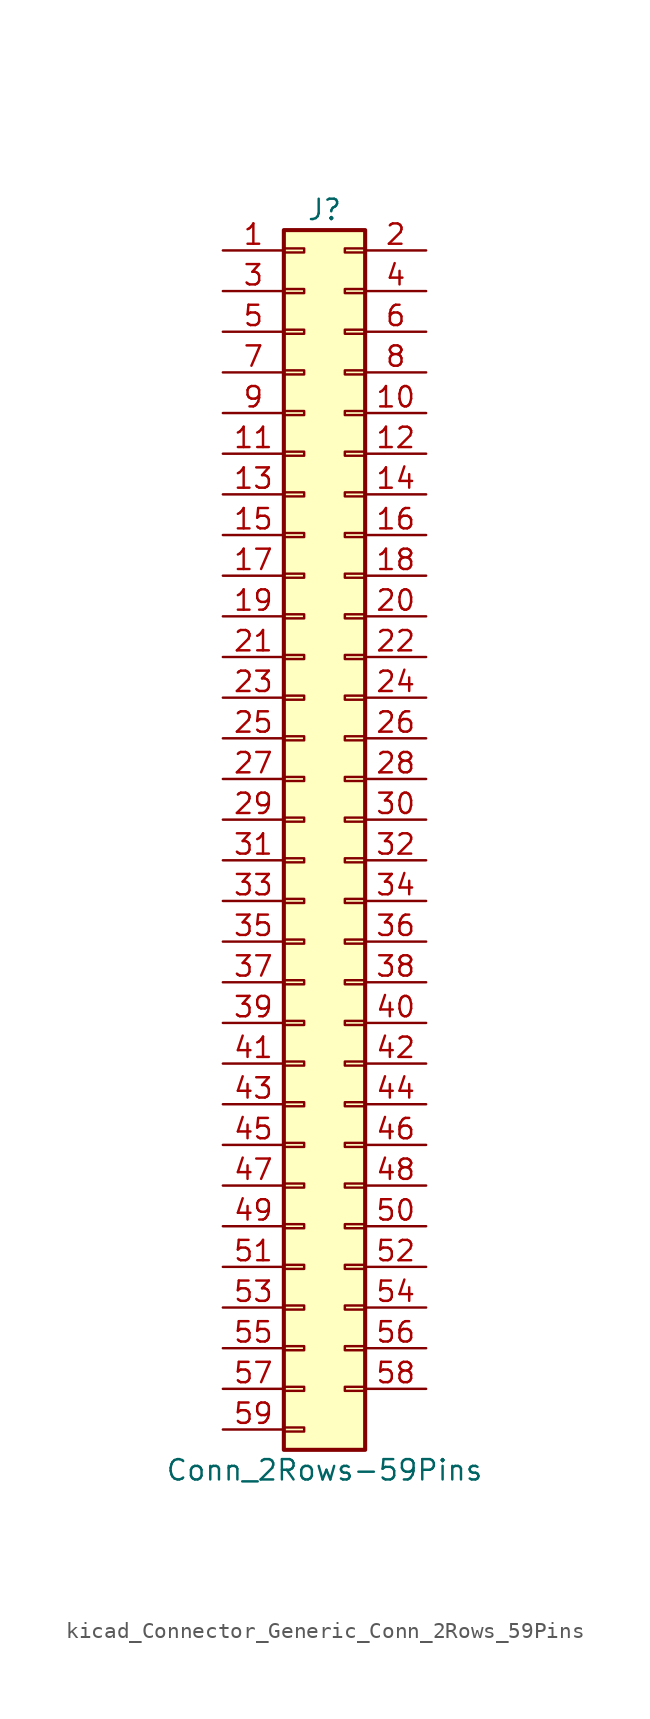
<source format=kicad_sym>
(kicad_symbol_lib
  (version 20220914)
  (generator kicad_symbol_editor)
  (symbol "kicad_Connector_Generic_Conn_2Rows_59Pins"
    (pin_names
      (offset 1.016) hide)
    (property "Reference" "J"
      (at 1.27 38.1 0)
      (effects (font (size 1.27 1.27))))
    (property "Value" "Conn_2Rows-59Pins"
      (at 1.27 -40.64 0)
      (effects (font (size 1.27 1.27))))
    (symbol "kicad_Connector_Generic_Conn_2Rows_59Pins_1_1"
      (rectangle (start -1.27 -37.973) (end 0 -38.227) (stroke (width 0.152) (type default)) (fill (type none)))
      (rectangle (start -1.27 -35.433) (end 0 -35.687) (stroke (width 0.152) (type default)) (fill (type none)))
      (rectangle (start -1.27 -32.893) (end 0 -33.147) (stroke (width 0.152) (type default)) (fill (type none)))
      (rectangle (start -1.27 -30.353) (end 0 -30.607) (stroke (width 0.152) (type default)) (fill (type none)))
      (rectangle (start -1.27 -27.813) (end 0 -28.067) (stroke (width 0.152) (type default)) (fill (type none)))
      (rectangle (start -1.27 -25.273) (end 0 -25.527) (stroke (width 0.152) (type default)) (fill (type none)))
      (rectangle (start -1.27 -22.733) (end 0 -22.987) (stroke (width 0.152) (type default)) (fill (type none)))
      (rectangle (start -1.27 -20.193) (end 0 -20.447) (stroke (width 0.152) (type default)) (fill (type none)))
      (rectangle (start -1.27 -17.653) (end 0 -17.907) (stroke (width 0.152) (type default)) (fill (type none)))
      (rectangle (start -1.27 -15.113) (end 0 -15.367) (stroke (width 0.152) (type default)) (fill (type none)))
      (rectangle (start -1.27 -12.573) (end 0 -12.827) (stroke (width 0.152) (type default)) (fill (type none)))
      (rectangle (start -1.27 -10.033) (end 0 -10.287) (stroke (width 0.152) (type default)) (fill (type none)))
      (rectangle (start -1.27 -7.493) (end 0 -7.747) (stroke (width 0.152) (type default)) (fill (type none)))
      (rectangle (start -1.27 -4.953) (end 0 -5.207) (stroke (width 0.152) (type default)) (fill (type none)))
      (rectangle (start -1.27 -2.413) (end 0 -2.667) (stroke (width 0.152) (type default)) (fill (type none)))
      (rectangle (start -1.27 0.127) (end 0 -0.127) (stroke (width 0.152) (type default)) (fill (type none)))
      (rectangle (start -1.27 2.667) (end 0 2.413) (stroke (width 0.152) (type default)) (fill (type none)))
      (rectangle (start -1.27 5.207) (end 0 4.953) (stroke (width 0.152) (type default)) (fill (type none)))
      (rectangle (start -1.27 7.747) (end 0 7.493) (stroke (width 0.152) (type default)) (fill (type none)))
      (rectangle (start -1.27 10.287) (end 0 10.033) (stroke (width 0.152) (type default)) (fill (type none)))
      (rectangle (start -1.27 12.827) (end 0 12.573) (stroke (width 0.152) (type default)) (fill (type none)))
      (rectangle (start -1.27 15.367) (end 0 15.113) (stroke (width 0.152) (type default)) (fill (type none)))
      (rectangle (start -1.27 17.907) (end 0 17.653) (stroke (width 0.152) (type default)) (fill (type none)))
      (rectangle (start -1.27 20.447) (end 0 20.193) (stroke (width 0.152) (type default)) (fill (type none)))
      (rectangle (start -1.27 22.987) (end 0 22.733) (stroke (width 0.152) (type default)) (fill (type none)))
      (rectangle (start -1.27 25.527) (end 0 25.273) (stroke (width 0.152) (type default)) (fill (type none)))
      (rectangle (start -1.27 28.067) (end 0 27.813) (stroke (width 0.152) (type default)) (fill (type none)))
      (rectangle (start -1.27 30.607) (end 0 30.353) (stroke (width 0.152) (type default)) (fill (type none)))
      (rectangle (start -1.27 33.147) (end 0 32.893) (stroke (width 0.152) (type default)) (fill (type none)))
      (rectangle (start -1.27 35.687) (end 0 35.433) (stroke (width 0.152) (type default)) (fill (type none)))
      (rectangle (start -1.27 36.83) (end 3.81 -39.37) (stroke (width 0.254) (type default)) (fill (type background)))
      (rectangle (start 3.81 -35.433) (end 2.54 -35.687) (stroke (width 0.152) (type default)) (fill (type none)))
      (rectangle (start 3.81 -32.893) (end 2.54 -33.147) (stroke (width 0.152) (type default)) (fill (type none)))
      (rectangle (start 3.81 -30.353) (end 2.54 -30.607) (stroke (width 0.152) (type default)) (fill (type none)))
      (rectangle (start 3.81 -27.813) (end 2.54 -28.067) (stroke (width 0.152) (type default)) (fill (type none)))
      (rectangle (start 3.81 -25.273) (end 2.54 -25.527) (stroke (width 0.152) (type default)) (fill (type none)))
      (rectangle (start 3.81 -22.733) (end 2.54 -22.987) (stroke (width 0.152) (type default)) (fill (type none)))
      (rectangle (start 3.81 -20.193) (end 2.54 -20.447) (stroke (width 0.152) (type default)) (fill (type none)))
      (rectangle (start 3.81 -17.653) (end 2.54 -17.907) (stroke (width 0.152) (type default)) (fill (type none)))
      (rectangle (start 3.81 -15.113) (end 2.54 -15.367) (stroke (width 0.152) (type default)) (fill (type none)))
      (rectangle (start 3.81 -12.573) (end 2.54 -12.827) (stroke (width 0.152) (type default)) (fill (type none)))
      (rectangle (start 3.81 -10.033) (end 2.54 -10.287) (stroke (width 0.152) (type default)) (fill (type none)))
      (rectangle (start 3.81 -7.493) (end 2.54 -7.747) (stroke (width 0.152) (type default)) (fill (type none)))
      (rectangle (start 3.81 -4.953) (end 2.54 -5.207) (stroke (width 0.152) (type default)) (fill (type none)))
      (rectangle (start 3.81 -2.413) (end 2.54 -2.667) (stroke (width 0.152) (type default)) (fill (type none)))
      (rectangle (start 3.81 0.127) (end 2.54 -0.127) (stroke (width 0.152) (type default)) (fill (type none)))
      (rectangle (start 3.81 2.667) (end 2.54 2.413) (stroke (width 0.152) (type default)) (fill (type none)))
      (rectangle (start 3.81 5.207) (end 2.54 4.953) (stroke (width 0.152) (type default)) (fill (type none)))
      (rectangle (start 3.81 7.747) (end 2.54 7.493) (stroke (width 0.152) (type default)) (fill (type none)))
      (rectangle (start 3.81 10.287) (end 2.54 10.033) (stroke (width 0.152) (type default)) (fill (type none)))
      (rectangle (start 3.81 12.827) (end 2.54 12.573) (stroke (width 0.152) (type default)) (fill (type none)))
      (rectangle (start 3.81 15.367) (end 2.54 15.113) (stroke (width 0.152) (type default)) (fill (type none)))
      (rectangle (start 3.81 17.907) (end 2.54 17.653) (stroke (width 0.152) (type default)) (fill (type none)))
      (rectangle (start 3.81 20.447) (end 2.54 20.193) (stroke (width 0.152) (type default)) (fill (type none)))
      (rectangle (start 3.81 22.987) (end 2.54 22.733) (stroke (width 0.152) (type default)) (fill (type none)))
      (rectangle (start 3.81 25.527) (end 2.54 25.273) (stroke (width 0.152) (type default)) (fill (type none)))
      (rectangle (start 3.81 28.067) (end 2.54 27.813) (stroke (width 0.152) (type default)) (fill (type none)))
      (rectangle (start 3.81 30.607) (end 2.54 30.353) (stroke (width 0.152) (type default)) (fill (type none)))
      (rectangle (start 3.81 33.147) (end 2.54 32.893) (stroke (width 0.152) (type default)) (fill (type none)))
      (rectangle (start 3.81 35.687) (end 2.54 35.433) (stroke (width 0.152) (type default)) (fill (type none)))
      (pin passive line (at -5.08 35.56 0) (length 3.81) (name "Pin_1" (effects (font (size 1.27 1.27)))) (number "1" (effects (font (size 1.27 1.27)))))
      (pin passive line (at 7.62 25.4 180) (length 3.81) (name "Pin_10" (effects (font (size 1.27 1.27)))) (number "10" (effects (font (size 1.27 1.27)))))
      (pin passive line (at -5.08 22.86 0) (length 3.81) (name "Pin_11" (effects (font (size 1.27 1.27)))) (number "11" (effects (font (size 1.27 1.27)))))
      (pin passive line (at 7.62 22.86 180) (length 3.81) (name "Pin_12" (effects (font (size 1.27 1.27)))) (number "12" (effects (font (size 1.27 1.27)))))
      (pin passive line (at -5.08 20.32 0) (length 3.81) (name "Pin_13" (effects (font (size 1.27 1.27)))) (number "13" (effects (font (size 1.27 1.27)))))
      (pin passive line (at 7.62 20.32 180) (length 3.81) (name "Pin_14" (effects (font (size 1.27 1.27)))) (number "14" (effects (font (size 1.27 1.27)))))
      (pin passive line (at -5.08 17.78 0) (length 3.81) (name "Pin_15" (effects (font (size 1.27 1.27)))) (number "15" (effects (font (size 1.27 1.27)))))
      (pin passive line (at 7.62 17.78 180) (length 3.81) (name "Pin_16" (effects (font (size 1.27 1.27)))) (number "16" (effects (font (size 1.27 1.27)))))
      (pin passive line (at -5.08 15.24 0) (length 3.81) (name "Pin_17" (effects (font (size 1.27 1.27)))) (number "17" (effects (font (size 1.27 1.27)))))
      (pin passive line (at 7.62 15.24 180) (length 3.81) (name "Pin_18" (effects (font (size 1.27 1.27)))) (number "18" (effects (font (size 1.27 1.27)))))
      (pin passive line (at -5.08 12.7 0) (length 3.81) (name "Pin_19" (effects (font (size 1.27 1.27)))) (number "19" (effects (font (size 1.27 1.27)))))
      (pin passive line (at 7.62 35.56 180) (length 3.81) (name "Pin_2" (effects (font (size 1.27 1.27)))) (number "2" (effects (font (size 1.27 1.27)))))
      (pin passive line (at 7.62 12.7 180) (length 3.81) (name "Pin_20" (effects (font (size 1.27 1.27)))) (number "20" (effects (font (size 1.27 1.27)))))
      (pin passive line (at -5.08 10.16 0) (length 3.81) (name "Pin_21" (effects (font (size 1.27 1.27)))) (number "21" (effects (font (size 1.27 1.27)))))
      (pin passive line (at 7.62 10.16 180) (length 3.81) (name "Pin_22" (effects (font (size 1.27 1.27)))) (number "22" (effects (font (size 1.27 1.27)))))
      (pin passive line (at -5.08 7.62 0) (length 3.81) (name "Pin_23" (effects (font (size 1.27 1.27)))) (number "23" (effects (font (size 1.27 1.27)))))
      (pin passive line (at 7.62 7.62 180) (length 3.81) (name "Pin_24" (effects (font (size 1.27 1.27)))) (number "24" (effects (font (size 1.27 1.27)))))
      (pin passive line (at -5.08 5.08 0) (length 3.81) (name "Pin_25" (effects (font (size 1.27 1.27)))) (number "25" (effects (font (size 1.27 1.27)))))
      (pin passive line (at 7.62 5.08 180) (length 3.81) (name "Pin_26" (effects (font (size 1.27 1.27)))) (number "26" (effects (font (size 1.27 1.27)))))
      (pin passive line (at -5.08 2.54 0) (length 3.81) (name "Pin_27" (effects (font (size 1.27 1.27)))) (number "27" (effects (font (size 1.27 1.27)))))
      (pin passive line (at 7.62 2.54 180) (length 3.81) (name "Pin_28" (effects (font (size 1.27 1.27)))) (number "28" (effects (font (size 1.27 1.27)))))
      (pin passive line (at -5.08 0 0) (length 3.81) (name "Pin_29" (effects (font (size 1.27 1.27)))) (number "29" (effects (font (size 1.27 1.27)))))
      (pin passive line (at -5.08 33.02 0) (length 3.81) (name "Pin_3" (effects (font (size 1.27 1.27)))) (number "3" (effects (font (size 1.27 1.27)))))
      (pin passive line (at 7.62 0 180) (length 3.81) (name "Pin_30" (effects (font (size 1.27 1.27)))) (number "30" (effects (font (size 1.27 1.27)))))
      (pin passive line (at -5.08 -2.54 0) (length 3.81) (name "Pin_31" (effects (font (size 1.27 1.27)))) (number "31" (effects (font (size 1.27 1.27)))))
      (pin passive line (at 7.62 -2.54 180) (length 3.81) (name "Pin_32" (effects (font (size 1.27 1.27)))) (number "32" (effects (font (size 1.27 1.27)))))
      (pin passive line (at -5.08 -5.08 0) (length 3.81) (name "Pin_33" (effects (font (size 1.27 1.27)))) (number "33" (effects (font (size 1.27 1.27)))))
      (pin passive line (at 7.62 -5.08 180) (length 3.81) (name "Pin_34" (effects (font (size 1.27 1.27)))) (number "34" (effects (font (size 1.27 1.27)))))
      (pin passive line (at -5.08 -7.62 0) (length 3.81) (name "Pin_35" (effects (font (size 1.27 1.27)))) (number "35" (effects (font (size 1.27 1.27)))))
      (pin passive line (at 7.62 -7.62 180) (length 3.81) (name "Pin_36" (effects (font (size 1.27 1.27)))) (number "36" (effects (font (size 1.27 1.27)))))
      (pin passive line (at -5.08 -10.16 0) (length 3.81) (name "Pin_37" (effects (font (size 1.27 1.27)))) (number "37" (effects (font (size 1.27 1.27)))))
      (pin passive line (at 7.62 -10.16 180) (length 3.81) (name "Pin_38" (effects (font (size 1.27 1.27)))) (number "38" (effects (font (size 1.27 1.27)))))
      (pin passive line (at -5.08 -12.7 0) (length 3.81) (name "Pin_39" (effects (font (size 1.27 1.27)))) (number "39" (effects (font (size 1.27 1.27)))))
      (pin passive line (at 7.62 33.02 180) (length 3.81) (name "Pin_4" (effects (font (size 1.27 1.27)))) (number "4" (effects (font (size 1.27 1.27)))))
      (pin passive line (at 7.62 -12.7 180) (length 3.81) (name "Pin_40" (effects (font (size 1.27 1.27)))) (number "40" (effects (font (size 1.27 1.27)))))
      (pin passive line (at -5.08 -15.24 0) (length 3.81) (name "Pin_41" (effects (font (size 1.27 1.27)))) (number "41" (effects (font (size 1.27 1.27)))))
      (pin passive line (at 7.62 -15.24 180) (length 3.81) (name "Pin_42" (effects (font (size 1.27 1.27)))) (number "42" (effects (font (size 1.27 1.27)))))
      (pin passive line (at -5.08 -17.78 0) (length 3.81) (name "Pin_43" (effects (font (size 1.27 1.27)))) (number "43" (effects (font (size 1.27 1.27)))))
      (pin passive line (at 7.62 -17.78 180) (length 3.81) (name "Pin_44" (effects (font (size 1.27 1.27)))) (number "44" (effects (font (size 1.27 1.27)))))
      (pin passive line (at -5.08 -20.32 0) (length 3.81) (name "Pin_45" (effects (font (size 1.27 1.27)))) (number "45" (effects (font (size 1.27 1.27)))))
      (pin passive line (at 7.62 -20.32 180) (length 3.81) (name "Pin_46" (effects (font (size 1.27 1.27)))) (number "46" (effects (font (size 1.27 1.27)))))
      (pin passive line (at -5.08 -22.86 0) (length 3.81) (name "Pin_47" (effects (font (size 1.27 1.27)))) (number "47" (effects (font (size 1.27 1.27)))))
      (pin passive line (at 7.62 -22.86 180) (length 3.81) (name "Pin_48" (effects (font (size 1.27 1.27)))) (number "48" (effects (font (size 1.27 1.27)))))
      (pin passive line (at -5.08 -25.4 0) (length 3.81) (name "Pin_49" (effects (font (size 1.27 1.27)))) (number "49" (effects (font (size 1.27 1.27)))))
      (pin passive line (at -5.08 30.48 0) (length 3.81) (name "Pin_5" (effects (font (size 1.27 1.27)))) (number "5" (effects (font (size 1.27 1.27)))))
      (pin passive line (at 7.62 -25.4 180) (length 3.81) (name "Pin_50" (effects (font (size 1.27 1.27)))) (number "50" (effects (font (size 1.27 1.27)))))
      (pin passive line (at -5.08 -27.94 0) (length 3.81) (name "Pin_51" (effects (font (size 1.27 1.27)))) (number "51" (effects (font (size 1.27 1.27)))))
      (pin passive line (at 7.62 -27.94 180) (length 3.81) (name "Pin_52" (effects (font (size 1.27 1.27)))) (number "52" (effects (font (size 1.27 1.27)))))
      (pin passive line (at -5.08 -30.48 0) (length 3.81) (name "Pin_53" (effects (font (size 1.27 1.27)))) (number "53" (effects (font (size 1.27 1.27)))))
      (pin passive line (at 7.62 -30.48 180) (length 3.81) (name "Pin_54" (effects (font (size 1.27 1.27)))) (number "54" (effects (font (size 1.27 1.27)))))
      (pin passive line (at -5.08 -33.02 0) (length 3.81) (name "Pin_55" (effects (font (size 1.27 1.27)))) (number "55" (effects (font (size 1.27 1.27)))))
      (pin passive line (at 7.62 -33.02 180) (length 3.81) (name "Pin_56" (effects (font (size 1.27 1.27)))) (number "56" (effects (font (size 1.27 1.27)))))
      (pin passive line (at -5.08 -35.56 0) (length 3.81) (name "Pin_57" (effects (font (size 1.27 1.27)))) (number "57" (effects (font (size 1.27 1.27)))))
      (pin passive line (at 7.62 -35.56 180) (length 3.81) (name "Pin_58" (effects (font (size 1.27 1.27)))) (number "58" (effects (font (size 1.27 1.27)))))
      (pin passive line (at -5.08 -38.1 0) (length 3.81) (name "Pin_59" (effects (font (size 1.27 1.27)))) (number "59" (effects (font (size 1.27 1.27)))))
      (pin passive line (at 7.62 30.48 180) (length 3.81) (name "Pin_6" (effects (font (size 1.27 1.27)))) (number "6" (effects (font (size 1.27 1.27)))))
      (pin passive line (at -5.08 27.94 0) (length 3.81) (name "Pin_7" (effects (font (size 1.27 1.27)))) (number "7" (effects (font (size 1.27 1.27)))))
      (pin passive line (at 7.62 27.94 180) (length 3.81) (name "Pin_8" (effects (font (size 1.27 1.27)))) (number "8" (effects (font (size 1.27 1.27)))))
      (pin passive line (at -5.08 25.4 0) (length 3.81) (name "Pin_9" (effects (font (size 1.27 1.27)))) (number "9" (effects (font (size 1.27 1.27))))))))
</source>
